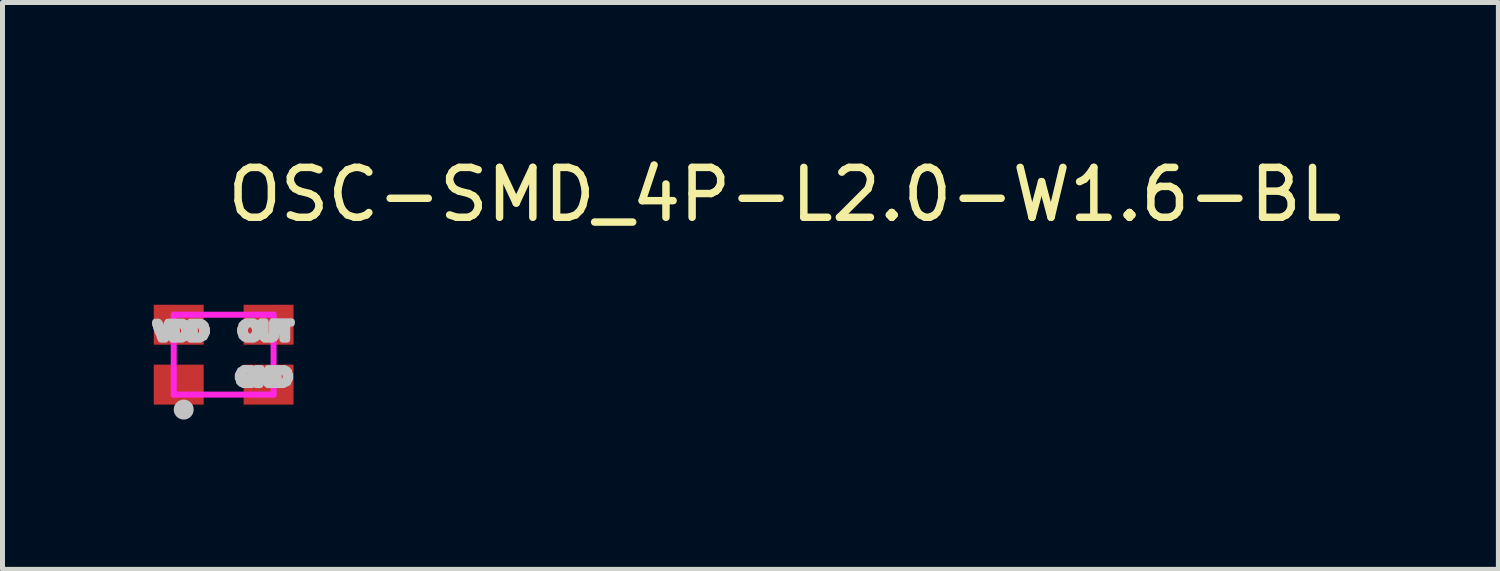
<source format=kicad_pcb>
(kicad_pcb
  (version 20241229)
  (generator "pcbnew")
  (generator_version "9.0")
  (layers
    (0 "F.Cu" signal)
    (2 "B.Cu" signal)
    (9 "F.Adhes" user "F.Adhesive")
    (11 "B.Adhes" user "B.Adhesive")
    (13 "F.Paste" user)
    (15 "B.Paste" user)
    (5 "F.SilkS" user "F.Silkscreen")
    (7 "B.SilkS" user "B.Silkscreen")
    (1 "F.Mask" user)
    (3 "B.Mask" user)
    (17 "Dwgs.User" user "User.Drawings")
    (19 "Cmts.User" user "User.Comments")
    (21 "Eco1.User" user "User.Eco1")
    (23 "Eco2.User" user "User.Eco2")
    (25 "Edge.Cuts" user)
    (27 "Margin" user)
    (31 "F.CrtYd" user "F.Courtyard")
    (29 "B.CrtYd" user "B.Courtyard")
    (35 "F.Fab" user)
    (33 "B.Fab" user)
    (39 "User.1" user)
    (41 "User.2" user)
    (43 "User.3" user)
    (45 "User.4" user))
  (footprint "OSC-SMD_4P-L2.0-W1.6-BL"
    (layer "F.Cu")
    (at 1.43 4.055)
    (property "Reference" "OSC-SMD_4P-L2.0-W1.6-BL" (at 0 -3.207 0) (layer "F.SilkS") (effects (font (size 1 1) (thickness 0.15)) (justify left)))
    (attr through_hole)
    (fp_circle (center -0.8 1.1) (end -0.7 1.1) (stroke (width 0.2) (type solid)) (fill no) (layer "Dwgs.User"))
    (fp_poly (pts (xy -1.37 -0.638) (xy -1.37 -0.661) (xy -1.303 -0.661) (xy -1.303 -0.638)) (stroke (width 0.12) (type solid)) (fill no) (layer "Dwgs.User"))
    (fp_poly (pts (xy -1.37 -0.616) (xy -1.37 -0.638) (xy -1.28 -0.638) (xy -1.28 -0.616)) (stroke (width 0.12) (type solid)) (fill no) (layer "Dwgs.User"))
    (fp_poly (pts (xy -1.37 -0.593) (xy -1.37 -0.616) (xy -1.28 -0.616) (xy -1.28 -0.593)) (stroke (width 0.12) (type solid)) (fill no) (layer "Dwgs.User"))
    (fp_poly (pts (xy -1.348 -0.571) (xy -1.348 -0.593) (xy -1.28 -0.593) (xy -1.28 -0.571)) (stroke (width 0.12) (type solid)) (fill no) (layer "Dwgs.User"))
    (fp_poly (pts (xy -1.348 -0.548) (xy -1.348 -0.571) (xy -1.258 -0.571) (xy -1.258 -0.548)) (stroke (width 0.12) (type solid)) (fill no) (layer "Dwgs.User"))
    (fp_poly (pts (xy -1.348 -0.526) (xy -1.348 -0.548) (xy -1.258 -0.548) (xy -1.258 -0.526)) (stroke (width 0.12) (type solid)) (fill no) (layer "Dwgs.User"))
    (fp_poly (pts (xy -1.325 -0.503) (xy -1.325 -0.526) (xy -1.258 -0.526) (xy -1.258 -0.503)) (stroke (width 0.12) (type solid)) (fill no) (layer "Dwgs.User"))
    (fp_poly (pts (xy -1.325 -0.481) (xy -1.325 -0.503) (xy -1.235 -0.503) (xy -1.235 -0.481)) (stroke (width 0.12) (type solid)) (fill no) (layer "Dwgs.User"))
    (fp_poly (pts (xy -1.325 -0.458) (xy -1.325 -0.481) (xy -1.235 -0.481) (xy -1.235 -0.458)) (stroke (width 0.12) (type solid)) (fill no) (layer "Dwgs.User"))
    (fp_poly (pts (xy -1.303 -0.436) (xy -1.303 -0.458) (xy -1.235 -0.458) (xy -1.235 -0.436)) (stroke (width 0.12) (type solid)) (fill no) (layer "Dwgs.User"))
    (fp_poly (pts (xy -1.303 -0.413) (xy -1.303 -0.436) (xy -1.123 -0.436) (xy -1.123 -0.413)) (stroke (width 0.12) (type solid)) (fill no) (layer "Dwgs.User"))
    (fp_poly (pts (xy -1.28 -0.391) (xy -1.28 -0.413) (xy -1.123 -0.413) (xy -1.123 -0.391)) (stroke (width 0.12) (type solid)) (fill no) (layer "Dwgs.User"))
    (fp_poly (pts (xy -1.28 -0.368) (xy -1.28 -0.391) (xy -1.145 -0.391) (xy -1.145 -0.368)) (stroke (width 0.12) (type solid)) (fill no) (layer "Dwgs.User"))
    (fp_poly (pts (xy -1.28 -0.346) (xy -1.28 -0.368) (xy -1.145 -0.368) (xy -1.145 -0.346)) (stroke (width 0.12) (type solid)) (fill no) (layer "Dwgs.User"))
    (fp_poly (pts (xy -1.258 -0.323) (xy -1.258 -0.346) (xy -1.145 -0.346) (xy -1.145 -0.323)) (stroke (width 0.12) (type solid)) (fill no) (layer "Dwgs.User"))
    (fp_poly (pts (xy -1.258 -0.301) (xy -1.258 -0.323) (xy -1.168 -0.323) (xy -1.168 -0.301)) (stroke (width 0.12) (type solid)) (fill no) (layer "Dwgs.User"))
    (fp_poly (pts (xy -1.19 -0.481) (xy -1.19 -0.503) (xy -1.1 -0.503) (xy -1.1 -0.481)) (stroke (width 0.12) (type solid)) (fill no) (layer "Dwgs.User"))
    (fp_poly (pts (xy -1.19 -0.458) (xy -1.19 -0.481) (xy -1.1 -0.481) (xy -1.1 -0.458)) (stroke (width 0.12) (type solid)) (fill no) (layer "Dwgs.User"))
    (fp_poly (pts (xy -1.19 -0.436) (xy -1.19 -0.458) (xy -1.123 -0.458) (xy -1.123 -0.436)) (stroke (width 0.12) (type solid)) (fill no) (layer "Dwgs.User"))
    (fp_poly (pts (xy -1.168 -0.526) (xy -1.168 -0.548) (xy -1.078 -0.548) (xy -1.078 -0.526)) (stroke (width 0.12) (type solid)) (fill no) (layer "Dwgs.User"))
    (fp_poly (pts (xy -1.168 -0.503) (xy -1.168 -0.526) (xy -1.1 -0.526) (xy -1.1 -0.503)) (stroke (width 0.12) (type solid)) (fill no) (layer "Dwgs.User"))
    (fp_poly (pts (xy -1.145 -0.593) (xy -1.145 -0.616) (xy -1.055 -0.616) (xy -1.055 -0.593)) (stroke (width 0.12) (type solid)) (fill no) (layer "Dwgs.User"))
    (fp_poly (pts (xy -1.145 -0.571) (xy -1.145 -0.593) (xy -1.078 -0.593) (xy -1.078 -0.571)) (stroke (width 0.12) (type solid)) (fill no) (layer "Dwgs.User"))
    (fp_poly (pts (xy -1.145 -0.548) (xy -1.145 -0.571) (xy -1.078 -0.571) (xy -1.078 -0.548)) (stroke (width 0.12) (type solid)) (fill no) (layer "Dwgs.User"))
    (fp_poly (pts (xy -1.123 -0.638) (xy -1.123 -0.661) (xy -0.808 -0.661) (xy -0.808 -0.638)) (stroke (width 0.12) (type solid)) (fill no) (layer "Dwgs.User"))
    (fp_poly (pts (xy -1.123 -0.616) (xy -1.123 -0.638) (xy -1.055 -0.638) (xy -1.055 -0.616)) (stroke (width 0.12) (type solid)) (fill no) (layer "Dwgs.User"))
    (fp_poly (pts (xy -1.033 -0.616) (xy -1.033 -0.638) (xy -0.763 -0.638) (xy -0.763 -0.616)) (stroke (width 0.12) (type solid)) (fill no) (layer "Dwgs.User"))
    (fp_poly (pts (xy -1.033 -0.593) (xy -1.033 -0.616) (xy -0.943 -0.616) (xy -0.943 -0.593)) (stroke (width 0.12) (type solid)) (fill no) (layer "Dwgs.User"))
    (fp_poly (pts (xy -1.033 -0.571) (xy -1.033 -0.593) (xy -0.943 -0.593) (xy -0.943 -0.571)) (stroke (width 0.12) (type solid)) (fill no) (layer "Dwgs.User"))
    (fp_poly (pts (xy -1.033 -0.548) (xy -1.033 -0.571) (xy -0.943 -0.571) (xy -0.943 -0.548)) (stroke (width 0.12) (type solid)) (fill no) (layer "Dwgs.User"))
    (fp_poly (pts (xy -1.033 -0.526) (xy -1.033 -0.548) (xy -0.943 -0.548) (xy -0.943 -0.526)) (stroke (width 0.12) (type solid)) (fill no) (layer "Dwgs.User"))
    (fp_poly (pts (xy -1.033 -0.503) (xy -1.033 -0.526) (xy -0.943 -0.526) (xy -0.943 -0.503)) (stroke (width 0.12) (type solid)) (fill no) (layer "Dwgs.User"))
    (fp_poly (pts (xy -1.033 -0.481) (xy -1.033 -0.503) (xy -0.943 -0.503) (xy -0.943 -0.481)) (stroke (width 0.12) (type solid)) (fill no) (layer "Dwgs.User"))
    (fp_poly (pts (xy -1.033 -0.458) (xy -1.033 -0.481) (xy -0.943 -0.481) (xy -0.943 -0.458)) (stroke (width 0.12) (type solid)) (fill no) (layer "Dwgs.User"))
    (fp_poly (pts (xy -1.033 -0.436) (xy -1.033 -0.458) (xy -0.943 -0.458) (xy -0.943 -0.436)) (stroke (width 0.12) (type solid)) (fill no) (layer "Dwgs.User"))
    (fp_poly (pts (xy -1.033 -0.413) (xy -1.033 -0.436) (xy -0.943 -0.436) (xy -0.943 -0.413)) (stroke (width 0.12) (type solid)) (fill no) (layer "Dwgs.User"))
    (fp_poly (pts (xy -1.033 -0.391) (xy -1.033 -0.413) (xy -0.943 -0.413) (xy -0.943 -0.391)) (stroke (width 0.12) (type solid)) (fill no) (layer "Dwgs.User"))
    (fp_poly (pts (xy -1.033 -0.368) (xy -1.033 -0.391) (xy -0.943 -0.391) (xy -0.943 -0.368)) (stroke (width 0.12) (type solid)) (fill no) (layer "Dwgs.User"))
    (fp_poly (pts (xy -1.033 -0.346) (xy -1.033 -0.368) (xy -0.943 -0.368) (xy -0.943 -0.346)) (stroke (width 0.12) (type solid)) (fill no) (layer "Dwgs.User"))
    (fp_poly (pts (xy -1.033 -0.323) (xy -1.033 -0.346) (xy -0.785 -0.346) (xy -0.785 -0.323)) (stroke (width 0.12) (type solid)) (fill no) (layer "Dwgs.User"))
    (fp_poly (pts (xy -1.033 -0.301) (xy -1.033 -0.323) (xy -0.83 -0.323) (xy -0.83 -0.301)) (stroke (width 0.12) (type solid)) (fill no) (layer "Dwgs.User"))
    (fp_poly (pts (xy -0.853 -0.593) (xy -0.853 -0.616) (xy -0.74 -0.616) (xy -0.74 -0.593)) (stroke (width 0.12) (type solid)) (fill no) (layer "Dwgs.User"))
    (fp_poly (pts (xy -0.853 -0.346) (xy -0.853 -0.368) (xy -0.74 -0.368) (xy -0.74 -0.346)) (stroke (width 0.12) (type solid)) (fill no) (layer "Dwgs.User"))
    (fp_poly (pts (xy -0.83 -0.571) (xy -0.83 -0.593) (xy -0.718 -0.593) (xy -0.718 -0.571)) (stroke (width 0.12) (type solid)) (fill no) (layer "Dwgs.User"))
    (fp_poly (pts (xy -0.83 -0.368) (xy -0.83 -0.391) (xy -0.74 -0.391) (xy -0.74 -0.368)) (stroke (width 0.12) (type solid)) (fill no) (layer "Dwgs.User"))
    (fp_poly (pts (xy -0.808 -0.548) (xy -0.808 -0.571) (xy -0.718 -0.571) (xy -0.718 -0.548)) (stroke (width 0.12) (type solid)) (fill no) (layer "Dwgs.User"))
    (fp_poly (pts (xy -0.808 -0.391) (xy -0.808 -0.413) (xy -0.718 -0.413) (xy -0.718 -0.391)) (stroke (width 0.12) (type solid)) (fill no) (layer "Dwgs.User"))
    (fp_poly (pts (xy -0.785 -0.526) (xy -0.785 -0.548) (xy -0.718 -0.548) (xy -0.718 -0.526)) (stroke (width 0.12) (type solid)) (fill no) (layer "Dwgs.User"))
    (fp_poly (pts (xy -0.785 -0.503) (xy -0.785 -0.526) (xy -0.695 -0.526) (xy -0.695 -0.503)) (stroke (width 0.12) (type solid)) (fill no) (layer "Dwgs.User"))
    (fp_poly (pts (xy -0.785 -0.481) (xy -0.785 -0.503) (xy -0.695 -0.503) (xy -0.695 -0.481)) (stroke (width 0.12) (type solid)) (fill no) (layer "Dwgs.User"))
    (fp_poly (pts (xy -0.785 -0.458) (xy -0.785 -0.481) (xy -0.695 -0.481) (xy -0.695 -0.458)) (stroke (width 0.12) (type solid)) (fill no) (layer "Dwgs.User"))
    (fp_poly (pts (xy -0.785 -0.436) (xy -0.785 -0.458) (xy -0.695 -0.458) (xy -0.695 -0.436)) (stroke (width 0.12) (type solid)) (fill no) (layer "Dwgs.User"))
    (fp_poly (pts (xy -0.785 -0.413) (xy -0.785 -0.436) (xy -0.718 -0.436) (xy -0.718 -0.413)) (stroke (width 0.12) (type solid)) (fill no) (layer "Dwgs.User"))
    (fp_poly (pts (xy -0.673 -0.638) (xy -0.673 -0.661) (xy -0.448 -0.661) (xy -0.448 -0.638)) (stroke (width 0.12) (type solid)) (fill no) (layer "Dwgs.User"))
    (fp_poly (pts (xy -0.673 -0.616) (xy -0.673 -0.638) (xy -0.403 -0.638) (xy -0.403 -0.616)) (stroke (width 0.12) (type solid)) (fill no) (layer "Dwgs.User"))
    (fp_poly (pts (xy -0.673 -0.593) (xy -0.673 -0.616) (xy -0.583 -0.616) (xy -0.583 -0.593)) (stroke (width 0.12) (type solid)) (fill no) (layer "Dwgs.User"))
    (fp_poly (pts (xy -0.673 -0.571) (xy -0.673 -0.593) (xy -0.583 -0.593) (xy -0.583 -0.571)) (stroke (width 0.12) (type solid)) (fill no) (layer "Dwgs.User"))
    (fp_poly (pts (xy -0.673 -0.548) (xy -0.673 -0.571) (xy -0.583 -0.571) (xy -0.583 -0.548)) (stroke (width 0.12) (type solid)) (fill no) (layer "Dwgs.User"))
    (fp_poly (pts (xy -0.673 -0.526) (xy -0.673 -0.548) (xy -0.583 -0.548) (xy -0.583 -0.526)) (stroke (width 0.12) (type solid)) (fill no) (layer "Dwgs.User"))
    (fp_poly (pts (xy -0.673 -0.503) (xy -0.673 -0.526) (xy -0.583 -0.526) (xy -0.583 -0.503)) (stroke (width 0.12) (type solid)) (fill no) (layer "Dwgs.User"))
    (fp_poly (pts (xy -0.673 -0.481) (xy -0.673 -0.503) (xy -0.583 -0.503) (xy -0.583 -0.481)) (stroke (width 0.12) (type solid)) (fill no) (layer "Dwgs.User"))
    (fp_poly (pts (xy -0.673 -0.458) (xy -0.673 -0.481) (xy -0.583 -0.481) (xy -0.583 -0.458)) (stroke (width 0.12) (type solid)) (fill no) (layer "Dwgs.User"))
    (fp_poly (pts (xy -0.673 -0.436) (xy -0.673 -0.458) (xy -0.583 -0.458) (xy -0.583 -0.436)) (stroke (width 0.12) (type solid)) (fill no) (layer "Dwgs.User"))
    (fp_poly (pts (xy -0.673 -0.413) (xy -0.673 -0.436) (xy -0.583 -0.436) (xy -0.583 -0.413)) (stroke (width 0.12) (type solid)) (fill no) (layer "Dwgs.User"))
    (fp_poly (pts (xy -0.673 -0.391) (xy -0.673 -0.413) (xy -0.583 -0.413) (xy -0.583 -0.391)) (stroke (width 0.12) (type solid)) (fill no) (layer "Dwgs.User"))
    (fp_poly (pts (xy -0.673 -0.368) (xy -0.673 -0.391) (xy -0.583 -0.391) (xy -0.583 -0.368)) (stroke (width 0.12) (type solid)) (fill no) (layer "Dwgs.User"))
    (fp_poly (pts (xy -0.673 -0.346) (xy -0.673 -0.368) (xy -0.583 -0.368) (xy -0.583 -0.346)) (stroke (width 0.12) (type solid)) (fill no) (layer "Dwgs.User"))
    (fp_poly (pts (xy -0.673 -0.323) (xy -0.673 -0.346) (xy -0.425 -0.346) (xy -0.425 -0.323)) (stroke (width 0.12) (type solid)) (fill no) (layer "Dwgs.User"))
    (fp_poly (pts (xy -0.673 -0.301) (xy -0.673 -0.323) (xy -0.47 -0.323) (xy -0.47 -0.301)) (stroke (width 0.12) (type solid)) (fill no) (layer "Dwgs.User"))
    (fp_poly (pts (xy -0.493 -0.593) (xy -0.493 -0.616) (xy -0.38 -0.616) (xy -0.38 -0.593)) (stroke (width 0.12) (type solid)) (fill no) (layer "Dwgs.User"))
    (fp_poly (pts (xy -0.493 -0.346) (xy -0.493 -0.368) (xy -0.38 -0.368) (xy -0.38 -0.346)) (stroke (width 0.12) (type solid)) (fill no) (layer "Dwgs.User"))
    (fp_poly (pts (xy -0.47 -0.571) (xy -0.47 -0.593) (xy -0.358 -0.593) (xy -0.358 -0.571)) (stroke (width 0.12) (type solid)) (fill no) (layer "Dwgs.User"))
    (fp_poly (pts (xy -0.47 -0.368) (xy -0.47 -0.391) (xy -0.38 -0.391) (xy -0.38 -0.368)) (stroke (width 0.12) (type solid)) (fill no) (layer "Dwgs.User"))
    (fp_poly (pts (xy -0.448 -0.548) (xy -0.448 -0.571) (xy -0.358 -0.571) (xy -0.358 -0.548)) (stroke (width 0.12) (type solid)) (fill no) (layer "Dwgs.User"))
    (fp_poly (pts (xy -0.448 -0.391) (xy -0.448 -0.413) (xy -0.358 -0.413) (xy -0.358 -0.391)) (stroke (width 0.12) (type solid)) (fill no) (layer "Dwgs.User"))
    (fp_poly (pts (xy -0.425 -0.526) (xy -0.425 -0.548) (xy -0.358 -0.548) (xy -0.358 -0.526)) (stroke (width 0.12) (type solid)) (fill no) (layer "Dwgs.User"))
    (fp_poly (pts (xy -0.425 -0.503) (xy -0.425 -0.526) (xy -0.335 -0.526) (xy -0.335 -0.503)) (stroke (width 0.12) (type solid)) (fill no) (layer "Dwgs.User"))
    (fp_poly (pts (xy -0.425 -0.481) (xy -0.425 -0.503) (xy -0.335 -0.503) (xy -0.335 -0.481)) (stroke (width 0.12) (type solid)) (fill no) (layer "Dwgs.User"))
    (fp_poly (pts (xy -0.425 -0.458) (xy -0.425 -0.481) (xy -0.335 -0.481) (xy -0.335 -0.458)) (stroke (width 0.12) (type solid)) (fill no) (layer "Dwgs.User"))
    (fp_poly (pts (xy -0.425 -0.436) (xy -0.425 -0.458) (xy -0.335 -0.458) (xy -0.335 -0.436)) (stroke (width 0.12) (type solid)) (fill no) (layer "Dwgs.User"))
    (fp_poly (pts (xy -0.425 -0.413) (xy -0.425 -0.436) (xy -0.358 -0.436) (xy -0.358 -0.413)) (stroke (width 0.12) (type solid)) (fill no) (layer "Dwgs.User"))
    (fp_poly (pts (xy 0.285 0.417) (xy 0.285 0.396) (xy 0.37 0.396) (xy 0.37 0.417)) (stroke (width 0.12) (type solid)) (fill no) (layer "Dwgs.User"))
    (fp_poly (pts (xy 0.285 0.439) (xy 0.285 0.417) (xy 0.37 0.417) (xy 0.37 0.439)) (stroke (width 0.12) (type solid)) (fill no) (layer "Dwgs.User"))
    (fp_poly (pts (xy 0.285 0.46) (xy 0.285 0.439) (xy 0.37 0.439) (xy 0.37 0.46)) (stroke (width 0.12) (type solid)) (fill no) (layer "Dwgs.User"))
    (fp_poly (pts (xy 0.285 0.481) (xy 0.285 0.46) (xy 0.37 0.46) (xy 0.37 0.481)) (stroke (width 0.12) (type solid)) (fill no) (layer "Dwgs.User"))
    (fp_poly (pts (xy 0.306 0.375) (xy 0.306 0.353) (xy 0.392 0.353) (xy 0.392 0.375)) (stroke (width 0.12) (type solid)) (fill no) (layer "Dwgs.User"))
    (fp_poly (pts (xy 0.306 0.396) (xy 0.306 0.375) (xy 0.37 0.375) (xy 0.37 0.396)) (stroke (width 0.12) (type solid)) (fill no) (layer "Dwgs.User"))
    (fp_poly (pts (xy 0.306 0.503) (xy 0.306 0.481) (xy 0.37 0.481) (xy 0.37 0.503)) (stroke (width 0.12) (type solid)) (fill no) (layer "Dwgs.User"))
    (fp_poly (pts (xy 0.306 0.524) (xy 0.306 0.503) (xy 0.392 0.503) (xy 0.392 0.524)) (stroke (width 0.12) (type solid)) (fill no) (layer "Dwgs.User"))
    (fp_poly (pts (xy 0.306 0.545) (xy 0.306 0.524) (xy 0.392 0.524) (xy 0.392 0.545)) (stroke (width 0.12) (type solid)) (fill no) (layer "Dwgs.User"))
    (fp_poly (pts (xy 0.328 0.332) (xy 0.328 0.311) (xy 0.435 0.311) (xy 0.435 0.332)) (stroke (width 0.12) (type solid)) (fill no) (layer "Dwgs.User"))
    (fp_poly (pts (xy 0.328 0.353) (xy 0.328 0.332) (xy 0.413 0.332) (xy 0.413 0.353)) (stroke (width 0.12) (type solid)) (fill no) (layer "Dwgs.User"))
    (fp_poly (pts (xy 0.328 0.567) (xy 0.328 0.545) (xy 0.435 0.545) (xy 0.435 0.567)) (stroke (width 0.12) (type solid)) (fill no) (layer "Dwgs.User"))
    (fp_poly (pts (xy 0.333 -0.507) (xy 0.333 -0.53) (xy 0.425 -0.53) (xy 0.425 -0.507)) (stroke (width 0.12) (type solid)) (fill no) (layer "Dwgs.User"))
    (fp_poly (pts (xy 0.333 -0.484) (xy 0.333 -0.507) (xy 0.425 -0.507) (xy 0.425 -0.484)) (stroke (width 0.12) (type solid)) (fill no) (layer "Dwgs.User"))
    (fp_poly (pts (xy 0.333 -0.461) (xy 0.333 -0.484) (xy 0.425 -0.484) (xy 0.425 -0.461)) (stroke (width 0.12) (type solid)) (fill no) (layer "Dwgs.User"))
    (fp_poly (pts (xy 0.333 -0.438) (xy 0.333 -0.461) (xy 0.425 -0.461) (xy 0.425 -0.438)) (stroke (width 0.12) (type solid)) (fill no) (layer "Dwgs.User"))
    (fp_poly (pts (xy 0.349 0.588) (xy 0.349 0.567) (xy 0.605 0.567) (xy 0.605 0.588)) (stroke (width 0.12) (type solid)) (fill no) (layer "Dwgs.User"))
    (fp_poly (pts (xy 0.356 -0.576) (xy 0.356 -0.599) (xy 0.448 -0.599) (xy 0.448 -0.576)) (stroke (width 0.12) (type solid)) (fill no) (layer "Dwgs.User"))
    (fp_poly (pts (xy 0.356 -0.553) (xy 0.356 -0.576) (xy 0.448 -0.576) (xy 0.448 -0.553)) (stroke (width 0.12) (type solid)) (fill no) (layer "Dwgs.User"))
    (fp_poly (pts (xy 0.356 -0.53) (xy 0.356 -0.553) (xy 0.425 -0.553) (xy 0.425 -0.53)) (stroke (width 0.12) (type solid)) (fill no) (layer "Dwgs.User"))
    (fp_poly (pts (xy 0.356 -0.416) (xy 0.356 -0.438) (xy 0.425 -0.438) (xy 0.425 -0.416)) (stroke (width 0.12) (type solid)) (fill no) (layer "Dwgs.User"))
    (fp_poly (pts (xy 0.356 -0.393) (xy 0.356 -0.416) (xy 0.448 -0.416) (xy 0.448 -0.393)) (stroke (width 0.12) (type solid)) (fill no) (layer "Dwgs.User"))
    (fp_poly (pts (xy 0.356 -0.37) (xy 0.356 -0.393) (xy 0.448 -0.393) (xy 0.448 -0.37)) (stroke (width 0.12) (type solid)) (fill no) (layer "Dwgs.User"))
    (fp_poly (pts (xy 0.37 0.311) (xy 0.37 0.289) (xy 0.584 0.289) (xy 0.584 0.311)) (stroke (width 0.12) (type solid)) (fill no) (layer "Dwgs.User"))
    (fp_poly (pts (xy 0.379 -0.599) (xy 0.379 -0.622) (xy 0.494 -0.622) (xy 0.494 -0.599)) (stroke (width 0.12) (type solid)) (fill no) (layer "Dwgs.User"))
    (fp_poly (pts (xy 0.379 -0.347) (xy 0.379 -0.37) (xy 0.494 -0.37) (xy 0.494 -0.347)) (stroke (width 0.12) (type solid)) (fill no) (layer "Dwgs.User"))
    (fp_poly (pts (xy 0.392 0.289) (xy 0.392 0.268) (xy 0.563 0.268) (xy 0.563 0.289)) (stroke (width 0.12) (type solid)) (fill no) (layer "Dwgs.User"))
    (fp_poly (pts (xy 0.392 0.609) (xy 0.392 0.588) (xy 0.563 0.588) (xy 0.563 0.609)) (stroke (width 0.12) (type solid)) (fill no) (layer "Dwgs.User"))
    (fp_poly (pts (xy 0.402 -0.622) (xy 0.402 -0.645) (xy 0.654 -0.645) (xy 0.654 -0.622)) (stroke (width 0.12) (type solid)) (fill no) (layer "Dwgs.User"))
    (fp_poly (pts (xy 0.402 -0.324) (xy 0.402 -0.347) (xy 0.654 -0.347) (xy 0.654 -0.324)) (stroke (width 0.12) (type solid)) (fill no) (layer "Dwgs.User"))
    (fp_poly (pts (xy 0.448 -0.645) (xy 0.448 -0.668) (xy 0.608 -0.668) (xy 0.608 -0.645)) (stroke (width 0.12) (type solid)) (fill no) (layer "Dwgs.User"))
    (fp_poly (pts (xy 0.448 -0.301) (xy 0.448 -0.324) (xy 0.608 -0.324) (xy 0.608 -0.301)) (stroke (width 0.12) (type solid)) (fill no) (layer "Dwgs.User"))
    (fp_poly (pts (xy 0.456 0.46) (xy 0.456 0.439) (xy 0.605 0.439) (xy 0.605 0.46)) (stroke (width 0.12) (type solid)) (fill no) (layer "Dwgs.User"))
    (fp_poly (pts (xy 0.456 0.481) (xy 0.456 0.46) (xy 0.605 0.46) (xy 0.605 0.481)) (stroke (width 0.12) (type solid)) (fill no) (layer "Dwgs.User"))
    (fp_poly (pts (xy 0.52 0.332) (xy 0.52 0.311) (xy 0.584 0.311) (xy 0.584 0.332)) (stroke (width 0.12) (type solid)) (fill no) (layer "Dwgs.User"))
    (fp_poly (pts (xy 0.52 0.503) (xy 0.52 0.481) (xy 0.605 0.481) (xy 0.605 0.503)) (stroke (width 0.12) (type solid)) (fill no) (layer "Dwgs.User"))
    (fp_poly (pts (xy 0.52 0.524) (xy 0.52 0.503) (xy 0.605 0.503) (xy 0.605 0.524)) (stroke (width 0.12) (type solid)) (fill no) (layer "Dwgs.User"))
    (fp_poly (pts (xy 0.52 0.545) (xy 0.52 0.524) (xy 0.605 0.524) (xy 0.605 0.545)) (stroke (width 0.12) (type solid)) (fill no) (layer "Dwgs.User"))
    (fp_poly (pts (xy 0.52 0.567) (xy 0.52 0.545) (xy 0.605 0.545) (xy 0.605 0.567)) (stroke (width 0.12) (type solid)) (fill no) (layer "Dwgs.User"))
    (fp_poly (pts (xy 0.562 -0.599) (xy 0.562 -0.622) (xy 0.677 -0.622) (xy 0.677 -0.599)) (stroke (width 0.12) (type solid)) (fill no) (layer "Dwgs.User"))
    (fp_poly (pts (xy 0.562 -0.347) (xy 0.562 -0.37) (xy 0.677 -0.37) (xy 0.677 -0.347)) (stroke (width 0.12) (type solid)) (fill no) (layer "Dwgs.User"))
    (fp_poly (pts (xy 0.608 -0.576) (xy 0.608 -0.599) (xy 0.7 -0.599) (xy 0.7 -0.576)) (stroke (width 0.12) (type solid)) (fill no) (layer "Dwgs.User"))
    (fp_poly (pts (xy 0.608 -0.553) (xy 0.608 -0.576) (xy 0.7 -0.576) (xy 0.7 -0.553)) (stroke (width 0.12) (type solid)) (fill no) (layer "Dwgs.User"))
    (fp_poly (pts (xy 0.608 -0.393) (xy 0.608 -0.416) (xy 0.7 -0.416) (xy 0.7 -0.393)) (stroke (width 0.12) (type solid)) (fill no) (layer "Dwgs.User"))
    (fp_poly (pts (xy 0.608 -0.37) (xy 0.608 -0.393) (xy 0.7 -0.393) (xy 0.7 -0.37)) (stroke (width 0.12) (type solid)) (fill no) (layer "Dwgs.User"))
    (fp_poly (pts (xy 0.631 -0.53) (xy 0.631 -0.553) (xy 0.723 -0.553) (xy 0.723 -0.53)) (stroke (width 0.12) (type solid)) (fill no) (layer "Dwgs.User"))
    (fp_poly (pts (xy 0.631 -0.507) (xy 0.631 -0.53) (xy 0.723 -0.53) (xy 0.723 -0.507)) (stroke (width 0.12) (type solid)) (fill no) (layer "Dwgs.User"))
    (fp_poly (pts (xy 0.631 -0.484) (xy 0.631 -0.507) (xy 0.723 -0.507) (xy 0.723 -0.484)) (stroke (width 0.12) (type solid)) (fill no) (layer "Dwgs.User"))
    (fp_poly (pts (xy 0.631 -0.461) (xy 0.631 -0.484) (xy 0.723 -0.484) (xy 0.723 -0.461)) (stroke (width 0.12) (type solid)) (fill no) (layer "Dwgs.User"))
    (fp_poly (pts (xy 0.631 -0.438) (xy 0.631 -0.461) (xy 0.723 -0.461) (xy 0.723 -0.438)) (stroke (width 0.12) (type solid)) (fill no) (layer "Dwgs.User"))
    (fp_poly (pts (xy 0.631 -0.416) (xy 0.631 -0.438) (xy 0.723 -0.438) (xy 0.723 -0.416)) (stroke (width 0.12) (type solid)) (fill no) (layer "Dwgs.User"))
    (fp_poly (pts (xy 0.648 0.289) (xy 0.648 0.268) (xy 0.755 0.268) (xy 0.755 0.289)) (stroke (width 0.12) (type solid)) (fill no) (layer "Dwgs.User"))
    (fp_poly (pts (xy 0.648 0.311) (xy 0.648 0.289) (xy 0.755 0.289) (xy 0.755 0.311)) (stroke (width 0.12) (type solid)) (fill no) (layer "Dwgs.User"))
    (fp_poly (pts (xy 0.648 0.332) (xy 0.648 0.311) (xy 0.776 0.311) (xy 0.776 0.332)) (stroke (width 0.12) (type solid)) (fill no) (layer "Dwgs.User"))
    (fp_poly (pts (xy 0.648 0.353) (xy 0.648 0.332) (xy 0.798 0.332) (xy 0.798 0.353)) (stroke (width 0.12) (type solid)) (fill no) (layer "Dwgs.User"))
    (fp_poly (pts (xy 0.648 0.375) (xy 0.648 0.353) (xy 0.798 0.353) (xy 0.798 0.375)) (stroke (width 0.12) (type solid)) (fill no) (layer "Dwgs.User"))
    (fp_poly (pts (xy 0.648 0.396) (xy 0.648 0.375) (xy 0.819 0.375) (xy 0.819 0.396)) (stroke (width 0.12) (type solid)) (fill no) (layer "Dwgs.User"))
    (fp_poly (pts (xy 0.648 0.417) (xy 0.648 0.396) (xy 0.734 0.396) (xy 0.734 0.417)) (stroke (width 0.12) (type solid)) (fill no) (layer "Dwgs.User"))
    (fp_poly (pts (xy 0.648 0.439) (xy 0.648 0.417) (xy 0.734 0.417) (xy 0.734 0.439)) (stroke (width 0.12) (type solid)) (fill no) (layer "Dwgs.User"))
    (fp_poly (pts (xy 0.648 0.46) (xy 0.648 0.439) (xy 0.734 0.439) (xy 0.734 0.46)) (stroke (width 0.12) (type solid)) (fill no) (layer "Dwgs.User"))
    (fp_poly (pts (xy 0.648 0.481) (xy 0.648 0.46) (xy 0.734 0.46) (xy 0.734 0.481)) (stroke (width 0.12) (type solid)) (fill no) (layer "Dwgs.User"))
    (fp_poly (pts (xy 0.648 0.503) (xy 0.648 0.481) (xy 0.734 0.481) (xy 0.734 0.503)) (stroke (width 0.12) (type solid)) (fill no) (layer "Dwgs.User"))
    (fp_poly (pts (xy 0.648 0.524) (xy 0.648 0.503) (xy 0.734 0.503) (xy 0.734 0.524)) (stroke (width 0.12) (type solid)) (fill no) (layer "Dwgs.User"))
    (fp_poly (pts (xy 0.648 0.545) (xy 0.648 0.524) (xy 0.734 0.524) (xy 0.734 0.545)) (stroke (width 0.12) (type solid)) (fill no) (layer "Dwgs.User"))
    (fp_poly (pts (xy 0.648 0.567) (xy 0.648 0.545) (xy 0.734 0.545) (xy 0.734 0.567)) (stroke (width 0.12) (type solid)) (fill no) (layer "Dwgs.User"))
    (fp_poly (pts (xy 0.648 0.588) (xy 0.648 0.567) (xy 0.734 0.567) (xy 0.734 0.588)) (stroke (width 0.12) (type solid)) (fill no) (layer "Dwgs.User"))
    (fp_poly (pts (xy 0.648 0.609) (xy 0.648 0.588) (xy 0.734 0.588) (xy 0.734 0.609)) (stroke (width 0.12) (type solid)) (fill no) (layer "Dwgs.User"))
    (fp_poly (pts (xy 0.746 -0.645) (xy 0.746 -0.668) (xy 0.837 -0.668) (xy 0.837 -0.645)) (stroke (width 0.12) (type solid)) (fill no) (layer "Dwgs.User"))
    (fp_poly (pts (xy 0.746 -0.622) (xy 0.746 -0.645) (xy 0.837 -0.645) (xy 0.837 -0.622)) (stroke (width 0.12) (type solid)) (fill no) (layer "Dwgs.User"))
    (fp_poly (pts (xy 0.746 -0.599) (xy 0.746 -0.622) (xy 0.837 -0.622) (xy 0.837 -0.599)) (stroke (width 0.12) (type solid)) (fill no) (layer "Dwgs.User"))
    (fp_poly (pts (xy 0.746 -0.576) (xy 0.746 -0.599) (xy 0.837 -0.599) (xy 0.837 -0.576)) (stroke (width 0.12) (type solid)) (fill no) (layer "Dwgs.User"))
    (fp_poly (pts (xy 0.746 -0.553) (xy 0.746 -0.576) (xy 0.837 -0.576) (xy 0.837 -0.553)) (stroke (width 0.12) (type solid)) (fill no) (layer "Dwgs.User"))
    (fp_poly (pts (xy 0.746 -0.53) (xy 0.746 -0.553) (xy 0.837 -0.553) (xy 0.837 -0.53)) (stroke (width 0.12) (type solid)) (fill no) (layer "Dwgs.User"))
    (fp_poly (pts (xy 0.746 -0.507) (xy 0.746 -0.53) (xy 0.837 -0.53) (xy 0.837 -0.507)) (stroke (width 0.12) (type solid)) (fill no) (layer "Dwgs.User"))
    (fp_poly (pts (xy 0.746 -0.484) (xy 0.746 -0.507) (xy 0.837 -0.507) (xy 0.837 -0.484)) (stroke (width 0.12) (type solid)) (fill no) (layer "Dwgs.User"))
    (fp_poly (pts (xy 0.746 -0.461) (xy 0.746 -0.484) (xy 0.837 -0.484) (xy 0.837 -0.461)) (stroke (width 0.12) (type solid)) (fill no) (layer "Dwgs.User"))
    (fp_poly (pts (xy 0.746 -0.438) (xy 0.746 -0.461) (xy 0.837 -0.461) (xy 0.837 -0.438)) (stroke (width 0.12) (type solid)) (fill no) (layer "Dwgs.User"))
    (fp_poly (pts (xy 0.746 -0.416) (xy 0.746 -0.438) (xy 0.837 -0.438) (xy 0.837 -0.416)) (stroke (width 0.12) (type solid)) (fill no) (layer "Dwgs.User"))
    (fp_poly (pts (xy 0.746 -0.393) (xy 0.746 -0.416) (xy 0.837 -0.416) (xy 0.837 -0.393)) (stroke (width 0.12) (type solid)) (fill no) (layer "Dwgs.User"))
    (fp_poly (pts (xy 0.755 0.417) (xy 0.755 0.396) (xy 0.84 0.396) (xy 0.84 0.417)) (stroke (width 0.12) (type solid)) (fill no) (layer "Dwgs.User"))
    (fp_poly (pts (xy 0.768 -0.37) (xy 0.768 -0.393) (xy 0.837 -0.393) (xy 0.837 -0.37)) (stroke (width 0.12) (type solid)) (fill no) (layer "Dwgs.User"))
    (fp_poly (pts (xy 0.768 -0.347) (xy 0.768 -0.37) (xy 0.86 -0.37) (xy 0.86 -0.347)) (stroke (width 0.12) (type solid)) (fill no) (layer "Dwgs.User"))
    (fp_poly (pts (xy 0.776 0.439) (xy 0.776 0.417) (xy 0.84 0.417) (xy 0.84 0.439)) (stroke (width 0.12) (type solid)) (fill no) (layer "Dwgs.User"))
    (fp_poly (pts (xy 0.776 0.46) (xy 0.776 0.439) (xy 0.862 0.439) (xy 0.862 0.46)) (stroke (width 0.12) (type solid)) (fill no) (layer "Dwgs.User"))
    (fp_poly (pts (xy 0.791 -0.324) (xy 0.791 -0.347) (xy 1.02 -0.347) (xy 1.02 -0.324)) (stroke (width 0.12) (type solid)) (fill no) (layer "Dwgs.User"))
    (fp_poly (pts (xy 0.798 0.481) (xy 0.798 0.46) (xy 0.968 0.46) (xy 0.968 0.481)) (stroke (width 0.12) (type solid)) (fill no) (layer "Dwgs.User"))
    (fp_poly (pts (xy 0.798 0.503) (xy 0.798 0.481) (xy 0.968 0.481) (xy 0.968 0.503)) (stroke (width 0.12) (type solid)) (fill no) (layer "Dwgs.User"))
    (fp_poly (pts (xy 0.814 -0.301) (xy 0.814 -0.324) (xy 0.975 -0.324) (xy 0.975 -0.301)) (stroke (width 0.12) (type solid)) (fill no) (layer "Dwgs.User"))
    (fp_poly (pts (xy 0.819 0.524) (xy 0.819 0.503) (xy 0.968 0.503) (xy 0.968 0.524)) (stroke (width 0.12) (type solid)) (fill no) (layer "Dwgs.User"))
    (fp_poly (pts (xy 0.84 0.545) (xy 0.84 0.524) (xy 0.968 0.524) (xy 0.968 0.545)) (stroke (width 0.12) (type solid)) (fill no) (layer "Dwgs.User"))
    (fp_poly (pts (xy 0.84 0.567) (xy 0.84 0.545) (xy 0.968 0.545) (xy 0.968 0.567)) (stroke (width 0.12) (type solid)) (fill no) (layer "Dwgs.User"))
    (fp_poly (pts (xy 0.862 0.588) (xy 0.862 0.567) (xy 0.968 0.567) (xy 0.968 0.588)) (stroke (width 0.12) (type solid)) (fill no) (layer "Dwgs.User"))
    (fp_poly (pts (xy 0.883 0.289) (xy 0.883 0.268) (xy 0.968 0.268) (xy 0.968 0.289)) (stroke (width 0.12) (type solid)) (fill no) (layer "Dwgs.User"))
    (fp_poly (pts (xy 0.883 0.311) (xy 0.883 0.289) (xy 0.968 0.289) (xy 0.968 0.311)) (stroke (width 0.12) (type solid)) (fill no) (layer "Dwgs.User"))
    (fp_poly (pts (xy 0.883 0.332) (xy 0.883 0.311) (xy 0.968 0.311) (xy 0.968 0.332)) (stroke (width 0.12) (type solid)) (fill no) (layer "Dwgs.User"))
    (fp_poly (pts (xy 0.883 0.353) (xy 0.883 0.332) (xy 0.968 0.332) (xy 0.968 0.353)) (stroke (width 0.12) (type solid)) (fill no) (layer "Dwgs.User"))
    (fp_poly (pts (xy 0.883 0.375) (xy 0.883 0.353) (xy 0.968 0.353) (xy 0.968 0.375)) (stroke (width 0.12) (type solid)) (fill no) (layer "Dwgs.User"))
    (fp_poly (pts (xy 0.883 0.396) (xy 0.883 0.375) (xy 0.968 0.375) (xy 0.968 0.396)) (stroke (width 0.12) (type solid)) (fill no) (layer "Dwgs.User"))
    (fp_poly (pts (xy 0.883 0.417) (xy 0.883 0.396) (xy 0.968 0.396) (xy 0.968 0.417)) (stroke (width 0.12) (type solid)) (fill no) (layer "Dwgs.User"))
    (fp_poly (pts (xy 0.883 0.439) (xy 0.883 0.417) (xy 0.968 0.417) (xy 0.968 0.439)) (stroke (width 0.12) (type solid)) (fill no) (layer "Dwgs.User"))
    (fp_poly (pts (xy 0.883 0.46) (xy 0.883 0.439) (xy 0.968 0.439) (xy 0.968 0.46)) (stroke (width 0.12) (type solid)) (fill no) (layer "Dwgs.User"))
    (fp_poly (pts (xy 0.883 0.609) (xy 0.883 0.588) (xy 0.968 0.588) (xy 0.968 0.609)) (stroke (width 0.12) (type solid)) (fill no) (layer "Dwgs.User"))
    (fp_poly (pts (xy 0.929 -0.347) (xy 0.929 -0.37) (xy 1.043 -0.37) (xy 1.043 -0.347)) (stroke (width 0.12) (type solid)) (fill no) (layer "Dwgs.User"))
    (fp_poly (pts (xy 0.952 -0.37) (xy 0.952 -0.393) (xy 1.043 -0.393) (xy 1.043 -0.37)) (stroke (width 0.12) (type solid)) (fill no) (layer "Dwgs.User"))
    (fp_poly (pts (xy 0.975 -0.645) (xy 0.975 -0.668) (xy 1.066 -0.668) (xy 1.066 -0.645)) (stroke (width 0.12) (type solid)) (fill no) (layer "Dwgs.User"))
    (fp_poly (pts (xy 0.975 -0.622) (xy 0.975 -0.645) (xy 1.066 -0.645) (xy 1.066 -0.622)) (stroke (width 0.12) (type solid)) (fill no) (layer "Dwgs.User"))
    (fp_poly (pts (xy 0.975 -0.599) (xy 0.975 -0.622) (xy 1.066 -0.622) (xy 1.066 -0.599)) (stroke (width 0.12) (type solid)) (fill no) (layer "Dwgs.User"))
    (fp_poly (pts (xy 0.975 -0.576) (xy 0.975 -0.599) (xy 1.066 -0.599) (xy 1.066 -0.576)) (stroke (width 0.12) (type solid)) (fill no) (layer "Dwgs.User"))
    (fp_poly (pts (xy 0.975 -0.553) (xy 0.975 -0.576) (xy 1.066 -0.576) (xy 1.066 -0.553)) (stroke (width 0.12) (type solid)) (fill no) (layer "Dwgs.User"))
    (fp_poly (pts (xy 0.975 -0.53) (xy 0.975 -0.553) (xy 1.066 -0.553) (xy 1.066 -0.53)) (stroke (width 0.12) (type solid)) (fill no) (layer "Dwgs.User"))
    (fp_poly (pts (xy 0.975 -0.507) (xy 0.975 -0.53) (xy 1.066 -0.53) (xy 1.066 -0.507)) (stroke (width 0.12) (type solid)) (fill no) (layer "Dwgs.User"))
    (fp_poly (pts (xy 0.975 -0.484) (xy 0.975 -0.507) (xy 1.066 -0.507) (xy 1.066 -0.484)) (stroke (width 0.12) (type solid)) (fill no) (layer "Dwgs.User"))
    (fp_poly (pts (xy 0.975 -0.461) (xy 0.975 -0.484) (xy 1.066 -0.484) (xy 1.066 -0.461)) (stroke (width 0.12) (type solid)) (fill no) (layer "Dwgs.User"))
    (fp_poly (pts (xy 0.975 -0.438) (xy 0.975 -0.461) (xy 1.066 -0.461) (xy 1.066 -0.438)) (stroke (width 0.12) (type solid)) (fill no) (layer "Dwgs.User"))
    (fp_poly (pts (xy 0.975 -0.416) (xy 0.975 -0.438) (xy 1.066 -0.438) (xy 1.066 -0.416)) (stroke (width 0.12) (type solid)) (fill no) (layer "Dwgs.User"))
    (fp_poly (pts (xy 0.975 -0.393) (xy 0.975 -0.416) (xy 1.043 -0.416) (xy 1.043 -0.393)) (stroke (width 0.12) (type solid)) (fill no) (layer "Dwgs.User"))
    (fp_poly (pts (xy 1.011 0.289) (xy 1.011 0.268) (xy 1.225 0.268) (xy 1.225 0.289)) (stroke (width 0.12) (type solid)) (fill no) (layer "Dwgs.User"))
    (fp_poly (pts (xy 1.011 0.311) (xy 1.011 0.289) (xy 1.267 0.289) (xy 1.267 0.311)) (stroke (width 0.12) (type solid)) (fill no) (layer "Dwgs.User"))
    (fp_poly (pts (xy 1.011 0.332) (xy 1.011 0.311) (xy 1.097 0.311) (xy 1.097 0.332)) (stroke (width 0.12) (type solid)) (fill no) (layer "Dwgs.User"))
    (fp_poly (pts (xy 1.011 0.353) (xy 1.011 0.332) (xy 1.097 0.332) (xy 1.097 0.353)) (stroke (width 0.12) (type solid)) (fill no) (layer "Dwgs.User"))
    (fp_poly (pts (xy 1.011 0.375) (xy 1.011 0.353) (xy 1.097 0.353) (xy 1.097 0.375)) (stroke (width 0.12) (type solid)) (fill no) (layer "Dwgs.User"))
    (fp_poly (pts (xy 1.011 0.396) (xy 1.011 0.375) (xy 1.097 0.375) (xy 1.097 0.396)) (stroke (width 0.12) (type solid)) (fill no) (layer "Dwgs.User"))
    (fp_poly (pts (xy 1.011 0.417) (xy 1.011 0.396) (xy 1.097 0.396) (xy 1.097 0.417)) (stroke (width 0.12) (type solid)) (fill no) (layer "Dwgs.User"))
    (fp_poly (pts (xy 1.011 0.439) (xy 1.011 0.417) (xy 1.097 0.417) (xy 1.097 0.439)) (stroke (width 0.12) (type solid)) (fill no) (layer "Dwgs.User"))
    (fp_poly (pts (xy 1.011 0.46) (xy 1.011 0.439) (xy 1.097 0.439) (xy 1.097 0.46)) (stroke (width 0.12) (type solid)) (fill no) (layer "Dwgs.User"))
    (fp_poly (pts (xy 1.011 0.481) (xy 1.011 0.46) (xy 1.097 0.46) (xy 1.097 0.481)) (stroke (width 0.12) (type solid)) (fill no) (layer "Dwgs.User"))
    (fp_poly (pts (xy 1.011 0.503) (xy 1.011 0.481) (xy 1.097 0.481) (xy 1.097 0.503)) (stroke (width 0.12) (type solid)) (fill no) (layer "Dwgs.User"))
    (fp_poly (pts (xy 1.011 0.524) (xy 1.011 0.503) (xy 1.097 0.503) (xy 1.097 0.524)) (stroke (width 0.12) (type solid)) (fill no) (layer "Dwgs.User"))
    (fp_poly (pts (xy 1.011 0.545) (xy 1.011 0.524) (xy 1.097 0.524) (xy 1.097 0.545)) (stroke (width 0.12) (type solid)) (fill no) (layer "Dwgs.User"))
    (fp_poly (pts (xy 1.011 0.567) (xy 1.011 0.545) (xy 1.097 0.545) (xy 1.097 0.567)) (stroke (width 0.12) (type solid)) (fill no) (layer "Dwgs.User"))
    (fp_poly (pts (xy 1.011 0.588) (xy 1.011 0.567) (xy 1.246 0.567) (xy 1.246 0.588)) (stroke (width 0.12) (type solid)) (fill no) (layer "Dwgs.User"))
    (fp_poly (pts (xy 1.011 0.609) (xy 1.011 0.588) (xy 1.203 0.588) (xy 1.203 0.609)) (stroke (width 0.12) (type solid)) (fill no) (layer "Dwgs.User"))
    (fp_poly (pts (xy 1.089 -0.645) (xy 1.089 -0.668) (xy 1.364 -0.668) (xy 1.364 -0.645)) (stroke (width 0.12) (type solid)) (fill no) (layer "Dwgs.User"))
    (fp_poly (pts (xy 1.089 -0.622) (xy 1.089 -0.645) (xy 1.364 -0.645) (xy 1.364 -0.622)) (stroke (width 0.12) (type solid)) (fill no) (layer "Dwgs.User"))
    (fp_poly (pts (xy 1.181 -0.599) (xy 1.181 -0.622) (xy 1.272 -0.622) (xy 1.272 -0.599)) (stroke (width 0.12) (type solid)) (fill no) (layer "Dwgs.User"))
    (fp_poly (pts (xy 1.181 -0.576) (xy 1.181 -0.599) (xy 1.272 -0.599) (xy 1.272 -0.576)) (stroke (width 0.12) (type solid)) (fill no) (layer "Dwgs.User"))
    (fp_poly (pts (xy 1.181 -0.553) (xy 1.181 -0.576) (xy 1.272 -0.576) (xy 1.272 -0.553)) (stroke (width 0.12) (type solid)) (fill no) (layer "Dwgs.User"))
    (fp_poly (pts (xy 1.181 -0.53) (xy 1.181 -0.553) (xy 1.272 -0.553) (xy 1.272 -0.53)) (stroke (width 0.12) (type solid)) (fill no) (layer "Dwgs.User"))
    (fp_poly (pts (xy 1.181 -0.507) (xy 1.181 -0.53) (xy 1.272 -0.53) (xy 1.272 -0.507)) (stroke (width 0.12) (type solid)) (fill no) (layer "Dwgs.User"))
    (fp_poly (pts (xy 1.181 -0.484) (xy 1.181 -0.507) (xy 1.272 -0.507) (xy 1.272 -0.484)) (stroke (width 0.12) (type solid)) (fill no) (layer "Dwgs.User"))
    (fp_poly (pts (xy 1.181 -0.461) (xy 1.181 -0.484) (xy 1.272 -0.484) (xy 1.272 -0.461)) (stroke (width 0.12) (type solid)) (fill no) (layer "Dwgs.User"))
    (fp_poly (pts (xy 1.181 -0.438) (xy 1.181 -0.461) (xy 1.272 -0.461) (xy 1.272 -0.438)) (stroke (width 0.12) (type solid)) (fill no) (layer "Dwgs.User"))
    (fp_poly (pts (xy 1.181 -0.416) (xy 1.181 -0.438) (xy 1.272 -0.438) (xy 1.272 -0.416)) (stroke (width 0.12) (type solid)) (fill no) (layer "Dwgs.User"))
    (fp_poly (pts (xy 1.181 -0.393) (xy 1.181 -0.416) (xy 1.272 -0.416) (xy 1.272 -0.393)) (stroke (width 0.12) (type solid)) (fill no) (layer "Dwgs.User"))
    (fp_poly (pts (xy 1.181 -0.37) (xy 1.181 -0.393) (xy 1.272 -0.393) (xy 1.272 -0.37)) (stroke (width 0.12) (type solid)) (fill no) (layer "Dwgs.User"))
    (fp_poly (pts (xy 1.181 -0.347) (xy 1.181 -0.37) (xy 1.272 -0.37) (xy 1.272 -0.347)) (stroke (width 0.12) (type solid)) (fill no) (layer "Dwgs.User"))
    (fp_poly (pts (xy 1.181 -0.324) (xy 1.181 -0.347) (xy 1.272 -0.347) (xy 1.272 -0.324)) (stroke (width 0.12) (type solid)) (fill no) (layer "Dwgs.User"))
    (fp_poly (pts (xy 1.181 -0.301) (xy 1.181 -0.324) (xy 1.272 -0.324) (xy 1.272 -0.301)) (stroke (width 0.12) (type solid)) (fill no) (layer "Dwgs.User"))
    (fp_poly (pts (xy 1.182 0.332) (xy 1.182 0.311) (xy 1.289 0.311) (xy 1.289 0.332)) (stroke (width 0.12) (type solid)) (fill no) (layer "Dwgs.User"))
    (fp_poly (pts (xy 1.182 0.567) (xy 1.182 0.545) (xy 1.289 0.545) (xy 1.289 0.567)) (stroke (width 0.12) (type solid)) (fill no) (layer "Dwgs.User"))
    (fp_poly (pts (xy 1.203 0.353) (xy 1.203 0.332) (xy 1.31 0.332) (xy 1.31 0.353)) (stroke (width 0.12) (type solid)) (fill no) (layer "Dwgs.User"))
    (fp_poly (pts (xy 1.203 0.545) (xy 1.203 0.524) (xy 1.289 0.524) (xy 1.289 0.545)) (stroke (width 0.12) (type solid)) (fill no) (layer "Dwgs.User"))
    (fp_poly (pts (xy 1.225 0.375) (xy 1.225 0.353) (xy 1.31 0.353) (xy 1.31 0.375)) (stroke (width 0.12) (type solid)) (fill no) (layer "Dwgs.User"))
    (fp_poly (pts (xy 1.225 0.524) (xy 1.225 0.503) (xy 1.31 0.503) (xy 1.31 0.524)) (stroke (width 0.12) (type solid)) (fill no) (layer "Dwgs.User"))
    (fp_poly (pts (xy 1.246 0.396) (xy 1.246 0.375) (xy 1.31 0.375) (xy 1.31 0.396)) (stroke (width 0.12) (type solid)) (fill no) (layer "Dwgs.User"))
    (fp_poly (pts (xy 1.246 0.417) (xy 1.246 0.396) (xy 1.331 0.396) (xy 1.331 0.417)) (stroke (width 0.12) (type solid)) (fill no) (layer "Dwgs.User"))
    (fp_poly (pts (xy 1.246 0.439) (xy 1.246 0.417) (xy 1.331 0.417) (xy 1.331 0.439)) (stroke (width 0.12) (type solid)) (fill no) (layer "Dwgs.User"))
    (fp_poly (pts (xy 1.246 0.46) (xy 1.246 0.439) (xy 1.331 0.439) (xy 1.331 0.46)) (stroke (width 0.12) (type solid)) (fill no) (layer "Dwgs.User"))
    (fp_poly (pts (xy 1.246 0.481) (xy 1.246 0.46) (xy 1.331 0.46) (xy 1.331 0.481)) (stroke (width 0.12) (type solid)) (fill no) (layer "Dwgs.User"))
    (fp_poly (pts (xy 1.246 0.503) (xy 1.246 0.481) (xy 1.31 0.481) (xy 1.31 0.503)) (stroke (width 0.12) (type solid)) (fill no) (layer "Dwgs.User"))
    (fp_circle (center -1 0.8) (end -0.97 0.8) (stroke (width 0.06) (type solid)) (fill no) (layer "Eco2.User"))
    (fp_poly (pts (xy -0.975 0.764) (xy -0.975 0.307) (xy -0.4 0.307) (xy -0.4 0.764)) (stroke (width 0.12) (type solid)) (fill no) (layer "Eco2.User"))
    (fp_poly (pts (xy -0.4 -0.767) (xy -0.4 -0.31) (xy -0.975 -0.31) (xy -0.975 -0.767)) (stroke (width 0.12) (type solid)) (fill no) (layer "Eco2.User"))
    (fp_poly (pts (xy 0.4 0.764) (xy 0.4 0.307) (xy 0.975 0.307) (xy 0.975 0.764)) (stroke (width 0.12) (type solid)) (fill no) (layer "Eco2.User"))
    (fp_poly (pts (xy 0.975 -0.767) (xy 0.975 -0.31) (xy 0.4 -0.31) (xy 0.4 -0.767)) (stroke (width 0.12) (type solid)) (fill no) (layer "Eco2.User"))
    (fp_line (start -1 -0.8) (end 1 -0.8) (stroke (width 0.12) (type solid)) (layer "F.CrtYd"))
    (fp_line (start -1 0.8) (end -1 -0.8) (stroke (width 0.12) (type solid)) (layer "F.CrtYd"))
    (fp_line (start 1 -0.8) (end 1 0.8) (stroke (width 0.12) (type solid)) (layer "F.CrtYd"))
    (fp_line (start 1 0.8) (end -1 0.8) (stroke (width 0.12) (type solid)) (layer "F.CrtYd"))
    (pad "1" smd rect (at -0.9 0.6 90) (size 0.8 1) (layers "F.Cu" "F.Mask" "F.Paste"))
    (pad "2" smd rect (at 0.9 0.6 90) (size 0.8 1) (layers "F.Cu" "F.Mask" "F.Paste"))
    (pad "3" smd rect (at 0.9 -0.6 90) (size 0.8 1) (layers "F.Cu" "F.Mask" "F.Paste"))
    (pad "4" smd rect (at -0.9 -0.6 90) (size 0.8 1) (layers "F.Cu" "F.Mask" "F.Paste")))
  (gr_rect
    (start -3 -3)
    (end 26.966 8.355)
    (stroke (width 0.1) (type default))
    (fill no)
    (layer "Edge.Cuts")))
</source>
